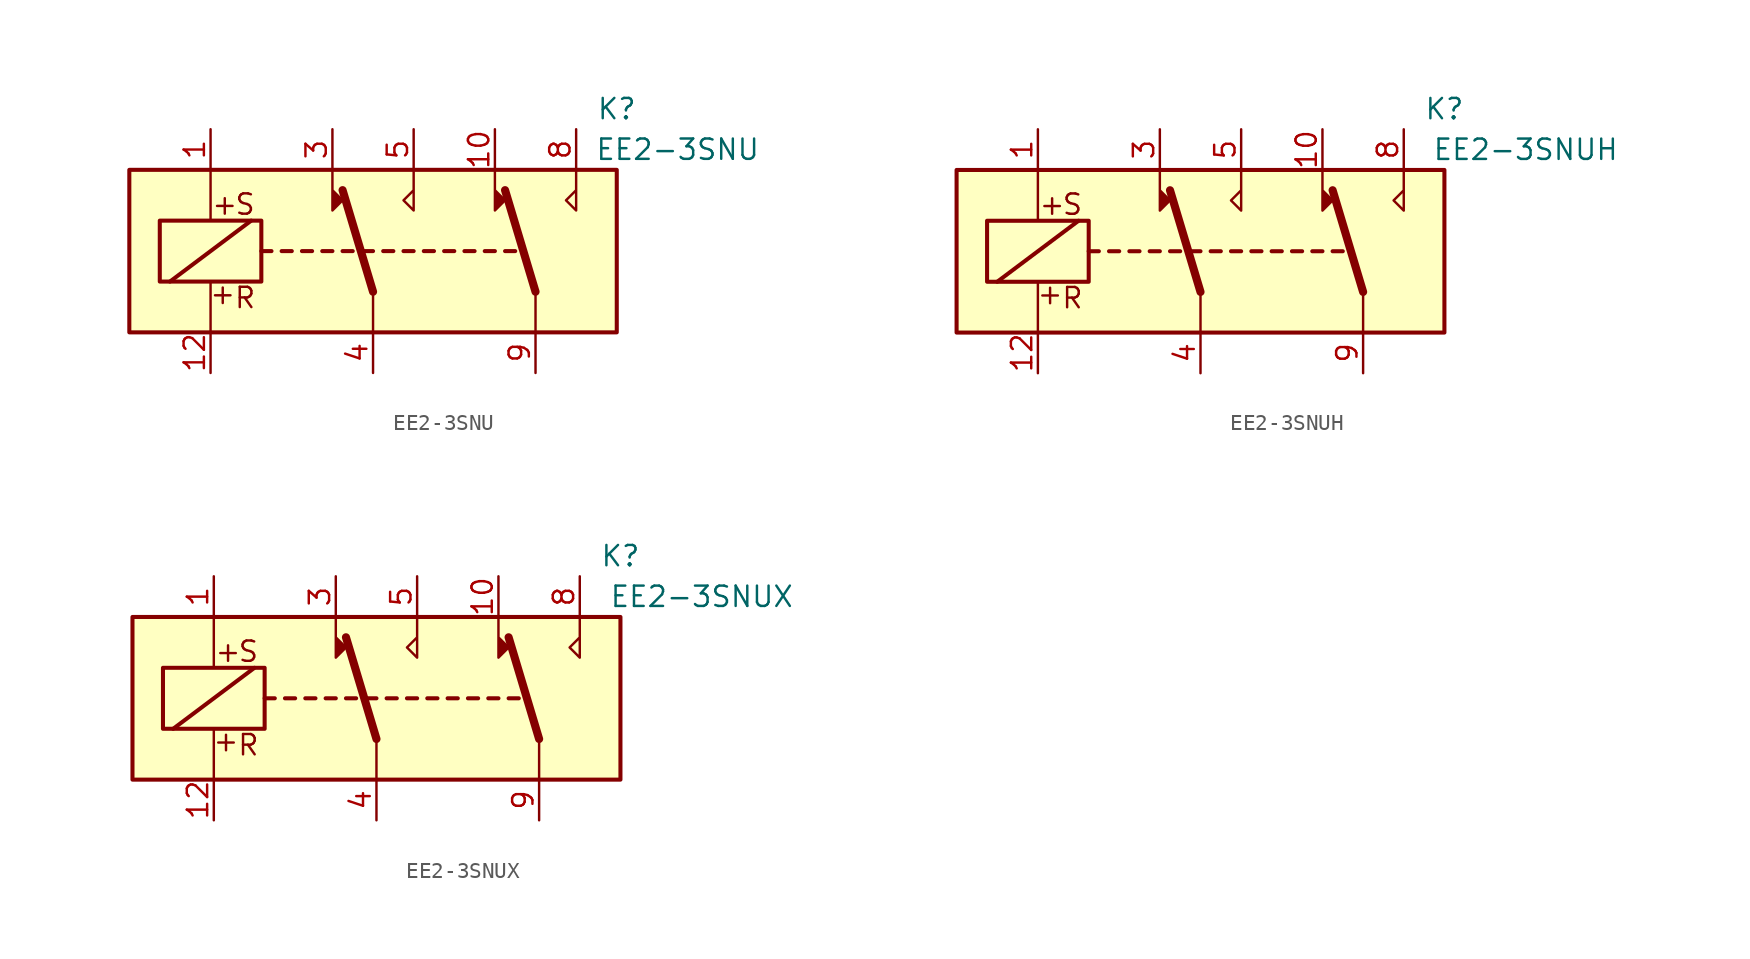
<source format=kicad_sym>
(kicad_symbol_lib
  (version 20201005)
  (generator kicad_symbol_editor)
  (symbol "EE2-3SNU"
    (property "Reference" "K"
      (at 15.24 8.89 0)
      (effects (font (size 1.27 1.27))))
    (property "Value" "EE2-3SNU"
      (at 19.05 6.35 0)
      (effects (font (size 1.27 1.27))))
    (symbol "EE2-3SNU_1_1"
      (text "+" (at -9.398 -2.667 0) (effects (font (size 1.27 1.27))))
      (text "+" (at -9.271 2.921 0) (effects (font (size 1.27 1.27))))
      (text "R" (at -8.001 -2.921 0) (effects (font (size 1.27 1.27))))
      (text "S" (at -8.001 2.921 0) (effects (font (size 1.27 1.27))))
      (rectangle (start -13.335 1.905) (end -6.985 -1.905) (stroke (width 0.254)) (fill (type none)))
      (rectangle (start -15.24 5.08) (end 15.24 -5.08) (stroke (width 0.254)) (fill (type background)))
      (polyline (pts (xy -12.7 -1.905) (xy -7.62 1.905)) (stroke (width 0.254)) (fill (type none)))
      (polyline (pts (xy -10.16 -5.08) (xy -10.16 -1.905)) (stroke (width 0)) (fill (type none)))
      (polyline (pts (xy -10.16 5.08) (xy -10.16 1.905)) (stroke (width 0)) (fill (type none)))
      (polyline (pts (xy -6.985 0) (xy -6.35 0)) (stroke (width 0.254)) (fill (type none)))
      (polyline (pts (xy -5.715 0) (xy -5.08 0)) (stroke (width 0.254)) (fill (type none)))
      (polyline (pts (xy -4.445 0) (xy -3.81 0)) (stroke (width 0.254)) (fill (type none)))
      (polyline (pts (xy -3.175 0) (xy -2.54 0)) (stroke (width 0.254)) (fill (type none)))
      (polyline (pts (xy -1.905 0) (xy -1.27 0)) (stroke (width 0.254)) (fill (type none)))
      (polyline (pts (xy -0.635 0) (xy 0 0)) (stroke (width 0.254)) (fill (type none)))
      (polyline (pts (xy 0 -2.54) (xy -1.905 3.81)) (stroke (width 0.508)) (fill (type none)))
      (polyline (pts (xy 0 -2.54) (xy 0 -5.08)) (stroke (width 0)) (fill (type none)))
      (polyline (pts (xy 0.635 0) (xy 1.27 0)) (stroke (width 0.254)) (fill (type none)))
      (polyline (pts (xy 1.905 0) (xy 2.54 0)) (stroke (width 0.254)) (fill (type none)))
      (polyline (pts (xy 3.175 0) (xy 3.81 0)) (stroke (width 0.254)) (fill (type none)))
      (polyline (pts (xy 4.445 0) (xy 5.08 0)) (stroke (width 0.254)) (fill (type none)))
      (polyline (pts (xy 5.715 0) (xy 6.35 0)) (stroke (width 0.254)) (fill (type none)))
      (polyline (pts (xy 6.985 0) (xy 7.62 0)) (stroke (width 0.254)) (fill (type none)))
      (polyline (pts (xy 8.255 0) (xy 8.89 0)) (stroke (width 0.254)) (fill (type none)))
      (polyline (pts (xy 10.16 -2.54) (xy 8.255 3.81)) (stroke (width 0.508)) (fill (type none)))
      (polyline (pts (xy 10.16 -2.54) (xy 10.16 -5.08)) (stroke (width 0)) (fill (type none)))
      (polyline (pts (xy 2.54 5.08) (xy 2.54 2.54) (xy 1.905 3.175) (xy 2.54 3.81)) (stroke (width 0)) (fill (type none)))
      (polyline (pts (xy 12.7 5.08) (xy 12.7 2.54) (xy 12.065 3.175) (xy 12.7 3.81)) (stroke (width 0)) (fill (type none)))
      (polyline (pts (xy -2.54 5.08) (xy -2.54 2.54) (xy -1.905 3.175) (xy -2.54 3.81)) (stroke (width 0)) (fill (type outline)))
      (polyline (pts (xy 7.62 5.08) (xy 7.62 2.54) (xy 8.255 3.175) (xy 7.62 3.81)) (stroke (width 0)) (fill (type outline)))
      (pin passive line (at -10.16 7.62 270) (length 2.54) (name "~" (effects (font (size 1.27 1.27)))) (number "1" (effects (font (size 1.27 1.27)))))
      (pin passive line (at 7.62 7.62 270) (length 2.54) (name "~" (effects (font (size 1.27 1.27)))) (number "10" (effects (font (size 1.27 1.27)))))
      (pin passive line (at -10.16 -7.62 90) (length 2.54) (name "~" (effects (font (size 1.27 1.27)))) (number "12" (effects (font (size 1.27 1.27)))))
      (pin passive line (at -2.54 7.62 270) (length 2.54) (name "~" (effects (font (size 1.27 1.27)))) (number "3" (effects (font (size 1.27 1.27)))))
      (pin passive line (at 0 -7.62 90) (length 2.54) (name "~" (effects (font (size 1.27 1.27)))) (number "4" (effects (font (size 1.27 1.27)))))
      (pin passive line (at 2.54 7.62 270) (length 2.54) (name "~" (effects (font (size 1.27 1.27)))) (number "5" (effects (font (size 1.27 1.27)))))
      (pin passive line (at 12.7 7.62 270) (length 2.54) (name "~" (effects (font (size 1.27 1.27)))) (number "8" (effects (font (size 1.27 1.27)))))
      (pin passive line (at 10.16 -7.62 90) (length 2.54) (name "~" (effects (font (size 1.27 1.27)))) (number "9" (effects (font (size 1.27 1.27)))))))
  (symbol "EE2-3SNUH"
    (property "Reference" "K"
      (at 15.24 8.89 0)
      (effects (font (size 1.27 1.27))))
    (property "Value" "EE2-3SNUH"
      (at 20.32 6.35 0)
      (effects (font (size 1.27 1.27))))
    (symbol "EE2-3SNUH_1_1"
      (text "+" (at -9.398 -2.667 0) (effects (font (size 1.27 1.27))))
      (text "+" (at -9.271 2.921 0) (effects (font (size 1.27 1.27))))
      (text "R" (at -8.001 -2.921 0) (effects (font (size 1.27 1.27))))
      (text "S" (at -8.001 2.921 0) (effects (font (size 1.27 1.27))))
      (rectangle (start -13.335 1.905) (end -6.985 -1.905) (stroke (width 0.254)) (fill (type none)))
      (rectangle (start -15.24 5.08) (end 15.24 -5.08) (stroke (width 0.254)) (fill (type background)))
      (polyline (pts (xy -12.7 -1.905) (xy -7.62 1.905)) (stroke (width 0.254)) (fill (type none)))
      (polyline (pts (xy -10.16 -5.08) (xy -10.16 -1.905)) (stroke (width 0)) (fill (type none)))
      (polyline (pts (xy -10.16 5.08) (xy -10.16 1.905)) (stroke (width 0)) (fill (type none)))
      (polyline (pts (xy -6.985 0) (xy -6.35 0)) (stroke (width 0.254)) (fill (type none)))
      (polyline (pts (xy -5.715 0) (xy -5.08 0)) (stroke (width 0.254)) (fill (type none)))
      (polyline (pts (xy -4.445 0) (xy -3.81 0)) (stroke (width 0.254)) (fill (type none)))
      (polyline (pts (xy -3.175 0) (xy -2.54 0)) (stroke (width 0.254)) (fill (type none)))
      (polyline (pts (xy -1.905 0) (xy -1.27 0)) (stroke (width 0.254)) (fill (type none)))
      (polyline (pts (xy -0.635 0) (xy 0 0)) (stroke (width 0.254)) (fill (type none)))
      (polyline (pts (xy 0 -2.54) (xy -1.905 3.81)) (stroke (width 0.508)) (fill (type none)))
      (polyline (pts (xy 0 -2.54) (xy 0 -5.08)) (stroke (width 0)) (fill (type none)))
      (polyline (pts (xy 0.635 0) (xy 1.27 0)) (stroke (width 0.254)) (fill (type none)))
      (polyline (pts (xy 1.905 0) (xy 2.54 0)) (stroke (width 0.254)) (fill (type none)))
      (polyline (pts (xy 3.175 0) (xy 3.81 0)) (stroke (width 0.254)) (fill (type none)))
      (polyline (pts (xy 4.445 0) (xy 5.08 0)) (stroke (width 0.254)) (fill (type none)))
      (polyline (pts (xy 5.715 0) (xy 6.35 0)) (stroke (width 0.254)) (fill (type none)))
      (polyline (pts (xy 6.985 0) (xy 7.62 0)) (stroke (width 0.254)) (fill (type none)))
      (polyline (pts (xy 8.255 0) (xy 8.89 0)) (stroke (width 0.254)) (fill (type none)))
      (polyline (pts (xy 10.16 -2.54) (xy 8.255 3.81)) (stroke (width 0.508)) (fill (type none)))
      (polyline (pts (xy 10.16 -2.54) (xy 10.16 -5.08)) (stroke (width 0)) (fill (type none)))
      (polyline (pts (xy 2.54 5.08) (xy 2.54 2.54) (xy 1.905 3.175) (xy 2.54 3.81)) (stroke (width 0)) (fill (type none)))
      (polyline (pts (xy 12.7 5.08) (xy 12.7 2.54) (xy 12.065 3.175) (xy 12.7 3.81)) (stroke (width 0)) (fill (type none)))
      (polyline (pts (xy -2.54 5.08) (xy -2.54 2.54) (xy -1.905 3.175) (xy -2.54 3.81)) (stroke (width 0)) (fill (type outline)))
      (polyline (pts (xy 7.62 5.08) (xy 7.62 2.54) (xy 8.255 3.175) (xy 7.62 3.81)) (stroke (width 0)) (fill (type outline)))
      (pin passive line (at -10.16 7.62 270) (length 2.54) (name "~" (effects (font (size 1.27 1.27)))) (number "1" (effects (font (size 1.27 1.27)))))
      (pin passive line (at 7.62 7.62 270) (length 2.54) (name "~" (effects (font (size 1.27 1.27)))) (number "10" (effects (font (size 1.27 1.27)))))
      (pin passive line (at -10.16 -7.62 90) (length 2.54) (name "~" (effects (font (size 1.27 1.27)))) (number "12" (effects (font (size 1.27 1.27)))))
      (pin passive line (at -2.54 7.62 270) (length 2.54) (name "~" (effects (font (size 1.27 1.27)))) (number "3" (effects (font (size 1.27 1.27)))))
      (pin passive line (at 0 -7.62 90) (length 2.54) (name "~" (effects (font (size 1.27 1.27)))) (number "4" (effects (font (size 1.27 1.27)))))
      (pin passive line (at 2.54 7.62 270) (length 2.54) (name "~" (effects (font (size 1.27 1.27)))) (number "5" (effects (font (size 1.27 1.27)))))
      (pin passive line (at 12.7 7.62 270) (length 2.54) (name "~" (effects (font (size 1.27 1.27)))) (number "8" (effects (font (size 1.27 1.27)))))
      (pin passive line (at 10.16 -7.62 90) (length 2.54) (name "~" (effects (font (size 1.27 1.27)))) (number "9" (effects (font (size 1.27 1.27)))))))
  (symbol "EE2-3SNUX"
    (property "Reference" "K"
      (at 15.24 8.89 0)
      (effects (font (size 1.27 1.27))))
    (property "Value" "EE2-3SNUX"
      (at 20.32 6.35 0)
      (effects (font (size 1.27 1.27))))
    (symbol "EE2-3SNUX_1_1"
      (text "+" (at -9.398 -2.667 0) (effects (font (size 1.27 1.27))))
      (text "+" (at -9.271 2.921 0) (effects (font (size 1.27 1.27))))
      (text "R" (at -8.001 -2.921 0) (effects (font (size 1.27 1.27))))
      (text "S" (at -8.001 2.921 0) (effects (font (size 1.27 1.27))))
      (rectangle (start -13.335 1.905) (end -6.985 -1.905) (stroke (width 0.254)) (fill (type none)))
      (rectangle (start -15.24 5.08) (end 15.24 -5.08) (stroke (width 0.254)) (fill (type background)))
      (polyline (pts (xy -12.7 -1.905) (xy -7.62 1.905)) (stroke (width 0.254)) (fill (type none)))
      (polyline (pts (xy -10.16 -5.08) (xy -10.16 -1.905)) (stroke (width 0)) (fill (type none)))
      (polyline (pts (xy -10.16 5.08) (xy -10.16 1.905)) (stroke (width 0)) (fill (type none)))
      (polyline (pts (xy -6.985 0) (xy -6.35 0)) (stroke (width 0.254)) (fill (type none)))
      (polyline (pts (xy -5.715 0) (xy -5.08 0)) (stroke (width 0.254)) (fill (type none)))
      (polyline (pts (xy -4.445 0) (xy -3.81 0)) (stroke (width 0.254)) (fill (type none)))
      (polyline (pts (xy -3.175 0) (xy -2.54 0)) (stroke (width 0.254)) (fill (type none)))
      (polyline (pts (xy -1.905 0) (xy -1.27 0)) (stroke (width 0.254)) (fill (type none)))
      (polyline (pts (xy -0.635 0) (xy 0 0)) (stroke (width 0.254)) (fill (type none)))
      (polyline (pts (xy 0 -2.54) (xy -1.905 3.81)) (stroke (width 0.508)) (fill (type none)))
      (polyline (pts (xy 0 -2.54) (xy 0 -5.08)) (stroke (width 0)) (fill (type none)))
      (polyline (pts (xy 0.635 0) (xy 1.27 0)) (stroke (width 0.254)) (fill (type none)))
      (polyline (pts (xy 1.905 0) (xy 2.54 0)) (stroke (width 0.254)) (fill (type none)))
      (polyline (pts (xy 3.175 0) (xy 3.81 0)) (stroke (width 0.254)) (fill (type none)))
      (polyline (pts (xy 4.445 0) (xy 5.08 0)) (stroke (width 0.254)) (fill (type none)))
      (polyline (pts (xy 5.715 0) (xy 6.35 0)) (stroke (width 0.254)) (fill (type none)))
      (polyline (pts (xy 6.985 0) (xy 7.62 0)) (stroke (width 0.254)) (fill (type none)))
      (polyline (pts (xy 8.255 0) (xy 8.89 0)) (stroke (width 0.254)) (fill (type none)))
      (polyline (pts (xy 10.16 -2.54) (xy 8.255 3.81)) (stroke (width 0.508)) (fill (type none)))
      (polyline (pts (xy 10.16 -2.54) (xy 10.16 -5.08)) (stroke (width 0)) (fill (type none)))
      (polyline (pts (xy 2.54 5.08) (xy 2.54 2.54) (xy 1.905 3.175) (xy 2.54 3.81)) (stroke (width 0)) (fill (type none)))
      (polyline (pts (xy 12.7 5.08) (xy 12.7 2.54) (xy 12.065 3.175) (xy 12.7 3.81)) (stroke (width 0)) (fill (type none)))
      (polyline (pts (xy -2.54 5.08) (xy -2.54 2.54) (xy -1.905 3.175) (xy -2.54 3.81)) (stroke (width 0)) (fill (type outline)))
      (polyline (pts (xy 7.62 5.08) (xy 7.62 2.54) (xy 8.255 3.175) (xy 7.62 3.81)) (stroke (width 0)) (fill (type outline)))
      (pin passive line (at -10.16 7.62 270) (length 2.54) (name "~" (effects (font (size 1.27 1.27)))) (number "1" (effects (font (size 1.27 1.27)))))
      (pin passive line (at 7.62 7.62 270) (length 2.54) (name "~" (effects (font (size 1.27 1.27)))) (number "10" (effects (font (size 1.27 1.27)))))
      (pin passive line (at -10.16 -7.62 90) (length 2.54) (name "~" (effects (font (size 1.27 1.27)))) (number "12" (effects (font (size 1.27 1.27)))))
      (pin passive line (at -2.54 7.62 270) (length 2.54) (name "~" (effects (font (size 1.27 1.27)))) (number "3" (effects (font (size 1.27 1.27)))))
      (pin passive line (at 0 -7.62 90) (length 2.54) (name "~" (effects (font (size 1.27 1.27)))) (number "4" (effects (font (size 1.27 1.27)))))
      (pin passive line (at 2.54 7.62 270) (length 2.54) (name "~" (effects (font (size 1.27 1.27)))) (number "5" (effects (font (size 1.27 1.27)))))
      (pin passive line (at 12.7 7.62 270) (length 2.54) (name "~" (effects (font (size 1.27 1.27)))) (number "8" (effects (font (size 1.27 1.27)))))
      (pin passive line (at 10.16 -7.62 90) (length 2.54) (name "~" (effects (font (size 1.27 1.27)))) (number "9" (effects (font (size 1.27 1.27))))))))
</source>
